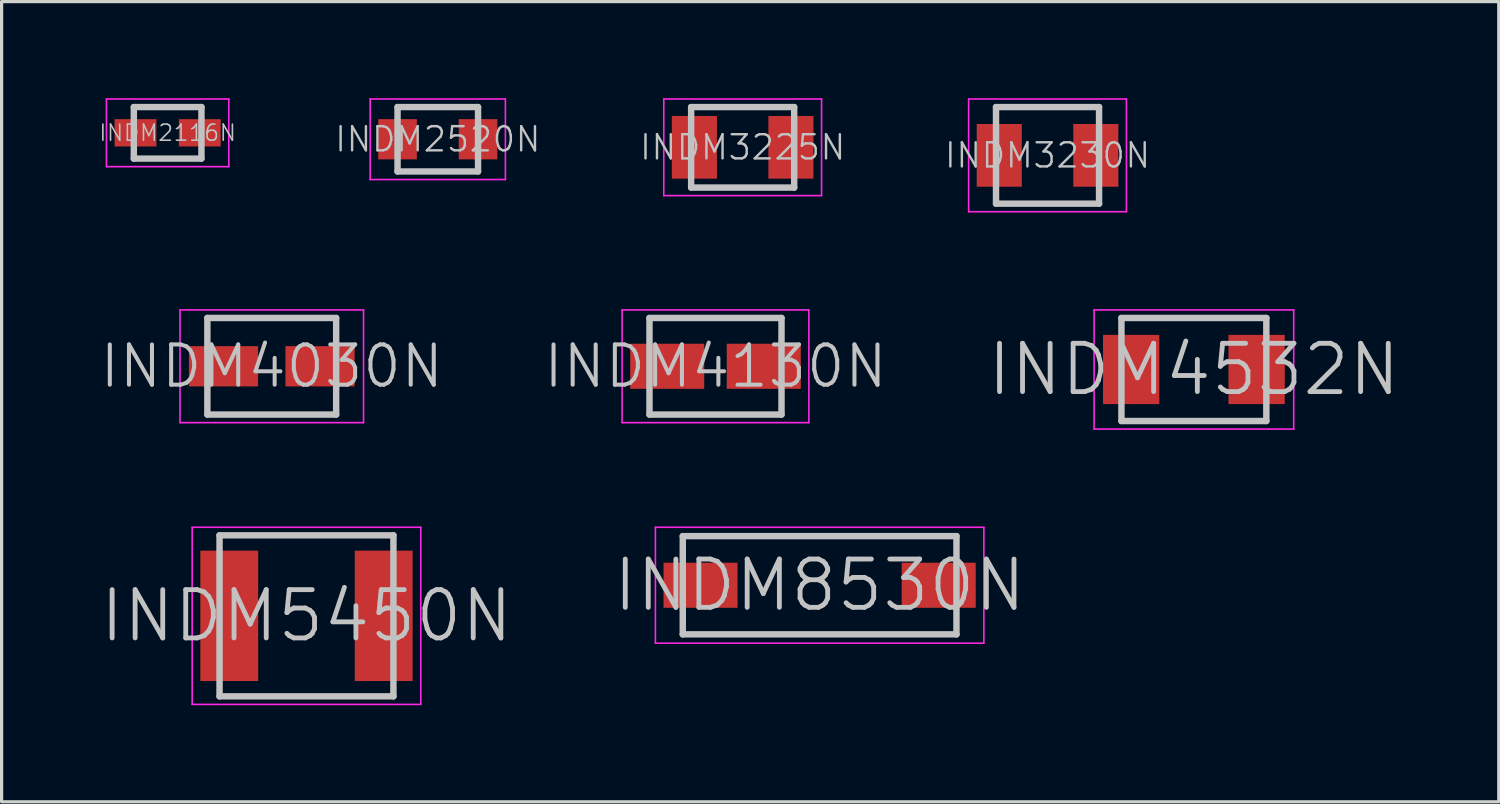
<source format=kicad_pcb>
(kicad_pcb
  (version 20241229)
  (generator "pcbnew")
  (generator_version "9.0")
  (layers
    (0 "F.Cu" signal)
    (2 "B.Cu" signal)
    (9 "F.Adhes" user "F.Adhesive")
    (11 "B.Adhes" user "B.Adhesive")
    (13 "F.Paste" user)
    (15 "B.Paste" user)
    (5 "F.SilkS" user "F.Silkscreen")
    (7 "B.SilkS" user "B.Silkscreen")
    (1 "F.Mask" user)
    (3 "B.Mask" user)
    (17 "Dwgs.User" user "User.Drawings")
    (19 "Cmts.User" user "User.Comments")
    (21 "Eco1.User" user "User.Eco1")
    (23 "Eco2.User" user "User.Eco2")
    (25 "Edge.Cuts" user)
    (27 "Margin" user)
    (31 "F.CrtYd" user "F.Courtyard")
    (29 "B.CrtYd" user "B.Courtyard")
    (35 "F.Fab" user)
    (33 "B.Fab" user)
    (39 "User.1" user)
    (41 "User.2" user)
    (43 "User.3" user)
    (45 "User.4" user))
  (footprint "INDM3225N"
    (layer "F.Cu")
    (at 20.014 1.525)
    (property "Reference" "INDM3225N" (at 0 0 0) (layer "Dwgs.User") (effects (font (size 0.75 0.75) (thickness 0.075))))
    (attr smd)
    (fp_line (start -1.6 -1.25) (end -1.6 1.25) (stroke (width 0.2) (type solid)) (layer "Dwgs.User"))
    (fp_line (start -1.6 -1.25) (end 1.6 -1.25) (stroke (width 0.2) (type solid)) (layer "Dwgs.User"))
    (fp_line (start -1.6 1.25) (end 1.6 1.25) (stroke (width 0.2) (type solid)) (layer "Dwgs.User"))
    (fp_line (start 1.6 -1.25) (end 1.6 1.25) (stroke (width 0.2) (type solid)) (layer "Dwgs.User"))
    (fp_line (start -2.45 -1.5) (end -2.45 1.5) (stroke (width 0.05) (type solid)) (layer "F.CrtYd"))
    (fp_line (start -2.45 -1.5) (end 2.45 -1.5) (stroke (width 0.05) (type solid)) (layer "F.CrtYd"))
    (fp_line (start -2.45 1.5) (end 2.45 1.5) (stroke (width 0.05) (type solid)) (layer "F.CrtYd"))
    (fp_line (start 2.45 -1.5) (end 2.45 1.5) (stroke (width 0.05) (type solid)) (layer "F.CrtYd"))
    (pad "1" smd rect (at -1.499 0 90) (size 1.948 1.4) (layers "F.Cu" "F.Mask" "F.Paste"))
    (pad "2" smd rect (at 1.499 0 270) (size 1.948 1.4) (layers "F.Cu" "F.Mask" "F.Paste")))
  (footprint "INDM3230N"
    (layer "F.Cu")
    (at 29.482 1.775)
    (property "Reference" "INDM3230N" (at 0 0 0) (layer "Dwgs.User") (effects (font (size 0.75 0.75) (thickness 0.075))))
    (attr smd)
    (fp_line (start -1.6 -1.5) (end -1.6 1.5) (stroke (width 0.2) (type solid)) (layer "Dwgs.User"))
    (fp_line (start -1.6 -1.5) (end 1.6 -1.5) (stroke (width 0.2) (type solid)) (layer "Dwgs.User"))
    (fp_line (start -1.6 1.5) (end 1.6 1.5) (stroke (width 0.2) (type solid)) (layer "Dwgs.User"))
    (fp_line (start 1.6 -1.5) (end 1.6 1.5) (stroke (width 0.2) (type solid)) (layer "Dwgs.User"))
    (fp_line (start -2.45 -1.75) (end -2.45 1.75) (stroke (width 0.05) (type solid)) (layer "F.CrtYd"))
    (fp_line (start -2.45 -1.75) (end 2.45 -1.75) (stroke (width 0.05) (type solid)) (layer "F.CrtYd"))
    (fp_line (start -2.45 1.75) (end 2.45 1.75) (stroke (width 0.05) (type solid)) (layer "F.CrtYd"))
    (fp_line (start 2.45 -1.75) (end 2.45 1.75) (stroke (width 0.05) (type solid)) (layer "F.CrtYd"))
    (pad "1" smd rect (at -1.499 0 90) (size 1.948 1.4) (layers "F.Cu" "F.Mask" "F.Paste"))
    (pad "2" smd rect (at 1.499 0 270) (size 1.948 1.4) (layers "F.Cu" "F.Mask" "F.Paste")))
  (footprint "INDM4532N"
    (layer "F.Cu")
    (at 34.027 8.425)
    (property "Reference" "INDM4532N" (at 0 0 0) (layer "Dwgs.User") (effects (font (size 1.5 1.5) (thickness 0.15))))
    (attr smd)
    (fp_line (start -2.25 -1.6) (end -2.25 1.6) (stroke (width 0.2) (type solid)) (layer "Dwgs.User"))
    (fp_line (start -2.25 -1.6) (end 2.25 -1.6) (stroke (width 0.2) (type solid)) (layer "Dwgs.User"))
    (fp_line (start -2.25 1.6) (end 2.25 1.6) (stroke (width 0.2) (type solid)) (layer "Dwgs.User"))
    (fp_line (start 2.25 -1.6) (end 2.25 1.6) (stroke (width 0.2) (type solid)) (layer "Dwgs.User"))
    (fp_line (start -3.1 -1.85) (end -3.1 1.85) (stroke (width 0.05) (type solid)) (layer "F.CrtYd"))
    (fp_line (start -3.1 -1.85) (end 3.1 -1.85) (stroke (width 0.05) (type solid)) (layer "F.CrtYd"))
    (fp_line (start -3.1 1.85) (end 3.1 1.85) (stroke (width 0.05) (type solid)) (layer "F.CrtYd"))
    (fp_line (start 3.1 -1.85) (end 3.1 1.85) (stroke (width 0.05) (type solid)) (layer "F.CrtYd"))
    (pad "1" smd rect (at -1.948 0 90) (size 2.149 1.748) (layers "F.Cu" "F.Mask" "F.Paste"))
    (pad "2" smd rect (at 1.948 0 270) (size 2.149 1.748) (layers "F.Cu" "F.Mask" "F.Paste")))
  (footprint "INDM4030N"
    (layer "F.Cu")
    (at 5.39 8.325)
    (property "Reference" "INDM4030N" (at 0 0 0) (layer "Dwgs.User") (effects (font (size 1.25 1.25) (thickness 0.125))))
    (attr smd)
    (fp_line (start -2 -1.5) (end -2 1.5) (stroke (width 0.2) (type solid)) (layer "Dwgs.User"))
    (fp_line (start -2 -1.5) (end 2 -1.5) (stroke (width 0.2) (type solid)) (layer "Dwgs.User"))
    (fp_line (start -2 1.5) (end 2 1.5) (stroke (width 0.2) (type solid)) (layer "Dwgs.User"))
    (fp_line (start 2 -1.5) (end 2 1.5) (stroke (width 0.2) (type solid)) (layer "Dwgs.User"))
    (fp_line (start -2.85 -1.75) (end -2.85 1.75) (stroke (width 0.05) (type solid)) (layer "F.CrtYd"))
    (fp_line (start -2.85 -1.75) (end 2.85 -1.75) (stroke (width 0.05) (type solid)) (layer "F.CrtYd"))
    (fp_line (start -2.85 1.75) (end 2.85 1.75) (stroke (width 0.05) (type solid)) (layer "F.CrtYd"))
    (fp_line (start 2.85 -1.75) (end 2.85 1.75) (stroke (width 0.05) (type solid)) (layer "F.CrtYd"))
    (pad "1" smd rect (at -1.499 0 90) (size 1.25 2.149) (layers "F.Cu" "F.Mask" "F.Paste"))
    (pad "2" smd rect (at 1.499 0 270) (size 1.25 2.149) (layers "F.Cu" "F.Mask" "F.Paste")))
  (footprint "INDM5450N"
    (layer "F.Cu")
    (at 6.468 16.075)
    (property "Reference" "INDM5450N" (at 0 0 0) (layer "Dwgs.User") (effects (font (size 1.5 1.5) (thickness 0.15))))
    (attr smd)
    (fp_line (start -2.7 -2.5) (end -2.7 2.5) (stroke (width 0.2) (type solid)) (layer "Dwgs.User"))
    (fp_line (start -2.7 -2.5) (end 2.7 -2.5) (stroke (width 0.2) (type solid)) (layer "Dwgs.User"))
    (fp_line (start -2.7 2.5) (end 2.7 2.5) (stroke (width 0.2) (type solid)) (layer "Dwgs.User"))
    (fp_line (start 2.7 -2.5) (end 2.7 2.5) (stroke (width 0.2) (type solid)) (layer "Dwgs.User"))
    (fp_line (start -3.55 -2.75) (end -3.55 2.75) (stroke (width 0.05) (type solid)) (layer "F.CrtYd"))
    (fp_line (start -3.55 -2.75) (end 3.55 -2.75) (stroke (width 0.05) (type solid)) (layer "F.CrtYd"))
    (fp_line (start -3.55 2.75) (end 3.55 2.75) (stroke (width 0.05) (type solid)) (layer "F.CrtYd"))
    (fp_line (start 3.55 -2.75) (end 3.55 2.75) (stroke (width 0.05) (type solid)) (layer "F.CrtYd"))
    (pad "1" smd rect (at -2.398 0 90) (size 4.049 1.798) (layers "F.Cu" "F.Mask" "F.Paste"))
    (pad "2" smd rect (at 2.398 0 270) (size 4.049 1.798) (layers "F.Cu" "F.Mask" "F.Paste")))
  (footprint "INDM4130N"
    (layer "F.Cu")
    (at 19.17 8.325)
    (property "Reference" "INDM4130N" (at 0 0 0) (layer "Dwgs.User") (effects (font (size 1.25 1.25) (thickness 0.125))))
    (attr smd)
    (fp_line (start -2.05 -1.5) (end -2.05 1.5) (stroke (width 0.2) (type solid)) (layer "Dwgs.User"))
    (fp_line (start -2.05 -1.5) (end 2.05 -1.5) (stroke (width 0.2) (type solid)) (layer "Dwgs.User"))
    (fp_line (start -2.05 1.5) (end 2.05 1.5) (stroke (width 0.2) (type solid)) (layer "Dwgs.User"))
    (fp_line (start 2.05 -1.5) (end 2.05 1.5) (stroke (width 0.2) (type solid)) (layer "Dwgs.User"))
    (fp_line (start -2.9 -1.75) (end -2.9 1.75) (stroke (width 0.05) (type solid)) (layer "F.CrtYd"))
    (fp_line (start -2.9 -1.75) (end 2.9 -1.75) (stroke (width 0.05) (type solid)) (layer "F.CrtYd"))
    (fp_line (start -2.9 1.75) (end 2.9 1.75) (stroke (width 0.05) (type solid)) (layer "F.CrtYd"))
    (fp_line (start 2.9 -1.75) (end 2.9 1.75) (stroke (width 0.05) (type solid)) (layer "F.CrtYd"))
    (pad "1" smd rect (at -1.499 0 90) (size 1.4 2.299) (layers "F.Cu" "F.Mask" "F.Paste"))
    (pad "2" smd rect (at 1.499 0 270) (size 1.4 2.299) (layers "F.Cu" "F.Mask" "F.Paste")))
  (footprint "INDM2116N"
    (layer "F.Cu")
    (at 2.156 1.075)
    (property "Reference" "INDM2116N" (at 0 0 0) (layer "Dwgs.User") (effects (font (size 0.5 0.5) (thickness 0.05))))
    (attr smd)
    (fp_line (start -1.05 -0.8) (end -1.05 0.8) (stroke (width 0.2) (type solid)) (layer "Dwgs.User"))
    (fp_line (start -1.05 -0.8) (end 1.05 -0.8) (stroke (width 0.2) (type solid)) (layer "Dwgs.User"))
    (fp_line (start -1.05 0.8) (end 1.05 0.8) (stroke (width 0.2) (type solid)) (layer "Dwgs.User"))
    (fp_line (start 1.05 -0.8) (end 1.05 0.8) (stroke (width 0.2) (type solid)) (layer "Dwgs.User"))
    (fp_line (start -1.9 -1.05) (end -1.9 1.05) (stroke (width 0.05) (type solid)) (layer "F.CrtYd"))
    (fp_line (start -1.9 -1.05) (end 1.9 -1.05) (stroke (width 0.05) (type solid)) (layer "F.CrtYd"))
    (fp_line (start -1.9 1.05) (end 1.9 1.05) (stroke (width 0.05) (type solid)) (layer "F.CrtYd"))
    (fp_line (start 1.9 -1.05) (end 1.9 1.05) (stroke (width 0.05) (type solid)) (layer "F.CrtYd"))
    (pad "1" smd rect (at -0.998 0 90) (size 0.848 1.298) (layers "F.Cu" "F.Mask" "F.Paste"))
    (pad "2" smd rect (at 0.998 0 270) (size 0.848 1.298) (layers "F.Cu" "F.Mask" "F.Paste")))
  (footprint "INDM8530N"
    (layer "F.Cu")
    (at 22.404 15.125)
    (property "Reference" "INDM8530N" (at 0 0 0) (layer "Dwgs.User") (effects (font (size 1.5 1.5) (thickness 0.15))))
    (attr smd)
    (fp_line (start -4.25 -1.525) (end -4.25 1.525) (stroke (width 0.2) (type solid)) (layer "Dwgs.User"))
    (fp_line (start -4.25 -1.525) (end 4.25 -1.525) (stroke (width 0.2) (type solid)) (layer "Dwgs.User"))
    (fp_line (start -4.25 1.525) (end 4.25 1.525) (stroke (width 0.2) (type solid)) (layer "Dwgs.User"))
    (fp_line (start 4.25 -1.525) (end 4.25 1.525) (stroke (width 0.2) (type solid)) (layer "Dwgs.User"))
    (fp_line (start -5.1 -1.8) (end -5.1 1.8) (stroke (width 0.05) (type solid)) (layer "F.CrtYd"))
    (fp_line (start -5.1 -1.8) (end 5.1 -1.8) (stroke (width 0.05) (type solid)) (layer "F.CrtYd"))
    (fp_line (start -5.1 1.8) (end 5.1 1.8) (stroke (width 0.05) (type solid)) (layer "F.CrtYd"))
    (fp_line (start 5.1 -1.8) (end 5.1 1.8) (stroke (width 0.05) (type solid)) (layer "F.CrtYd"))
    (pad "1" smd rect (at -3.698 0 90) (size 1.4 2.299) (layers "F.Cu" "F.Mask" "F.Paste"))
    (pad "2" smd rect (at 3.698 0 270) (size 1.4 2.299) (layers "F.Cu" "F.Mask" "F.Paste")))
  (footprint "INDM2520N"
    (layer "F.Cu")
    (at 10.546 1.275)
    (property "Reference" "INDM2520N" (at 0 0 0) (layer "Dwgs.User") (effects (font (size 0.75 0.75) (thickness 0.075))))
    (attr smd)
    (fp_line (start -1.25 -1) (end -1.25 1) (stroke (width 0.2) (type solid)) (layer "Dwgs.User"))
    (fp_line (start -1.25 -1) (end 1.25 -1) (stroke (width 0.2) (type solid)) (layer "Dwgs.User"))
    (fp_line (start -1.25 1) (end 1.25 1) (stroke (width 0.2) (type solid)) (layer "Dwgs.User"))
    (fp_line (start 1.25 -1) (end 1.25 1) (stroke (width 0.2) (type solid)) (layer "Dwgs.User"))
    (fp_line (start -2.1 -1.25) (end -2.1 1.25) (stroke (width 0.05) (type solid)) (layer "F.CrtYd"))
    (fp_line (start -2.1 -1.25) (end 2.1 -1.25) (stroke (width 0.05) (type solid)) (layer "F.CrtYd"))
    (fp_line (start -2.1 1.25) (end 2.1 1.25) (stroke (width 0.05) (type solid)) (layer "F.CrtYd"))
    (fp_line (start 2.1 -1.25) (end 2.1 1.25) (stroke (width 0.05) (type solid)) (layer "F.CrtYd"))
    (pad "1" smd rect (at -1.25 0 90) (size 1.25 1.199) (layers "F.Cu" "F.Mask" "F.Paste"))
    (pad "2" smd rect (at 1.25 0 270) (size 1.25 1.199) (layers "F.Cu" "F.Mask" "F.Paste")))
  (gr_rect
    (start -3 -3)
    (end 43.495 21.85)
    (stroke (width 0.1) (type default))
    (fill no)
    (layer "Edge.Cuts")))
</source>
